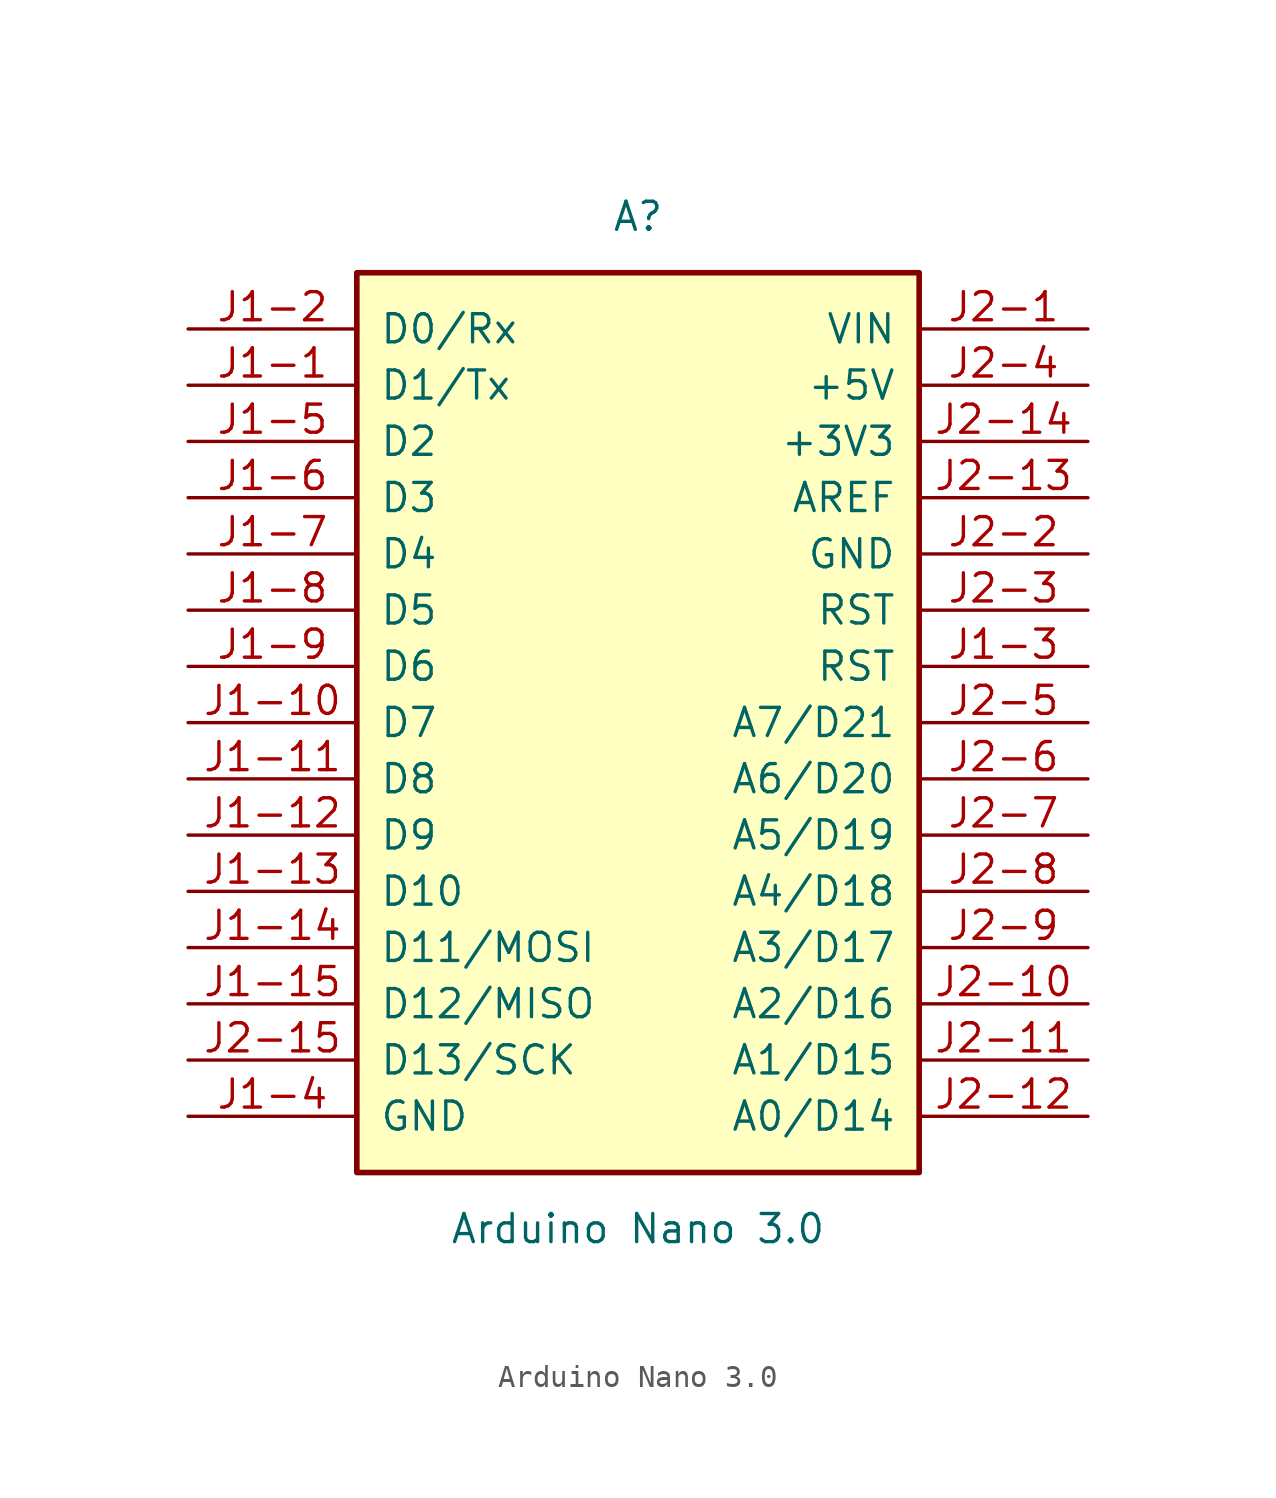
<source format=kicad_sym>
(kicad_symbol_lib
  (version 20241209)
  (generator "kicad_symbol_editor")
  (generator_version "9.0")
  (symbol "Arduino Nano 3.0"
    (pin_names
      (offset 1.016))
    (property "Reference" "A"
      (at 0 22.86 0)
      (effects (font (size 1.27 1.27))))
    (property "Value" "Arduino Nano 3.0"
      (at 0 -22.86 0)
      (effects (font (size 1.27 1.27))))
    (symbol "Arduino Nano 3.0_0_0"
      (pin passive line (at -20.32 17.78 0) (length 7.62) (name "D0/Rx" (effects (font (size 1.27 1.27)))) (number "J1-2" (effects (font (size 1.27 1.27)))))
      (pin passive line (at -20.32 15.24 0) (length 7.62) (name "D1/Tx" (effects (font (size 1.27 1.27)))) (number "J1-1" (effects (font (size 1.27 1.27)))))
      (pin passive line (at -20.32 12.7 0) (length 7.62) (name "D2" (effects (font (size 1.27 1.27)))) (number "J1-5" (effects (font (size 1.27 1.27)))))
      (pin passive line (at -20.32 10.16 0) (length 7.62) (name "D3" (effects (font (size 1.27 1.27)))) (number "J1-6" (effects (font (size 1.27 1.27)))))
      (pin passive line (at -20.32 7.62 0) (length 7.62) (name "D4" (effects (font (size 1.27 1.27)))) (number "J1-7" (effects (font (size 1.27 1.27)))))
      (pin passive line (at -20.32 5.08 0) (length 7.62) (name "D5" (effects (font (size 1.27 1.27)))) (number "J1-8" (effects (font (size 1.27 1.27)))))
      (pin passive line (at -20.32 2.54 0) (length 7.62) (name "D6" (effects (font (size 1.27 1.27)))) (number "J1-9" (effects (font (size 1.27 1.27)))))
      (pin passive line (at -20.32 0 0) (length 7.62) (name "D7" (effects (font (size 1.27 1.27)))) (number "J1-10" (effects (font (size 1.27 1.27)))))
      (pin passive line (at -20.32 -2.54 0) (length 7.62) (name "D8" (effects (font (size 1.27 1.27)))) (number "J1-11" (effects (font (size 1.27 1.27)))))
      (pin passive line (at -20.32 -5.08 0) (length 7.62) (name "D9" (effects (font (size 1.27 1.27)))) (number "J1-12" (effects (font (size 1.27 1.27)))))
      (pin passive line (at -20.32 -7.62 0) (length 7.62) (name "D10" (effects (font (size 1.27 1.27)))) (number "J1-13" (effects (font (size 1.27 1.27)))))
      (pin passive line (at -20.32 -17.78 0) (length 7.62) (name "GND" (effects (font (size 1.27 1.27)))) (number "J1-4" (effects (font (size 1.27 1.27)))))
      (pin passive line (at 20.32 17.78 180) (length 7.62) (name "VIN" (effects (font (size 1.27 1.27)))) (number "J2-1" (effects (font (size 1.27 1.27)))))
      (pin passive line (at 20.32 15.24 180) (length 7.62) (name "+5V" (effects (font (size 1.27 1.27)))) (number "J2-4" (effects (font (size 1.27 1.27)))))
      (pin passive line (at 20.32 12.7 180) (length 7.62) (name "+3V3" (effects (font (size 1.27 1.27)))) (number "J2-14" (effects (font (size 1.27 1.27)))))
      (pin passive line (at 20.32 10.16 180) (length 7.62) (name "AREF" (effects (font (size 1.27 1.27)))) (number "J2-13" (effects (font (size 1.27 1.27)))))
      (pin passive line (at 20.32 7.62 180) (length 7.62) (name "GND" (effects (font (size 1.27 1.27)))) (number "J2-2" (effects (font (size 1.27 1.27)))))
      (pin passive line (at 20.32 5.08 180) (length 7.62) (name "RST" (effects (font (size 1.27 1.27)))) (number "J2-3" (effects (font (size 1.27 1.27)))))
      (pin passive line (at 20.32 2.54 180) (length 7.62) (name "RST" (effects (font (size 1.27 1.27)))) (number "J1-3" (effects (font (size 1.27 1.27)))))
      (pin passive line (at 20.32 0 180) (length 7.62) (name "A7/D21" (effects (font (size 1.27 1.27)))) (number "J2-5" (effects (font (size 1.27 1.27)))))
      (pin passive line (at 20.32 -2.54 180) (length 7.62) (name "A6/D20" (effects (font (size 1.27 1.27)))) (number "J2-6" (effects (font (size 1.27 1.27)))))
      (pin passive line (at 20.32 -5.08 180) (length 7.62) (name "A5/D19" (effects (font (size 1.27 1.27)))) (number "J2-7" (effects (font (size 1.27 1.27)))))
      (pin passive line (at 20.32 -7.62 180) (length 7.62) (name "A4/D18" (effects (font (size 1.27 1.27)))) (number "J2-8" (effects (font (size 1.27 1.27)))))
      (pin passive line (at 20.32 -10.16 180) (length 7.62) (name "A3/D17" (effects (font (size 1.27 1.27)))) (number "J2-9" (effects (font (size 1.27 1.27)))))
      (pin passive line (at 20.32 -12.7 180) (length 7.62) (name "A2/D16" (effects (font (size 1.27 1.27)))) (number "J2-10" (effects (font (size 1.27 1.27)))))
      (pin passive line (at 20.32 -15.24 180) (length 7.62) (name "A1/D15" (effects (font (size 1.27 1.27)))) (number "J2-11" (effects (font (size 1.27 1.27)))))
      (pin passive line (at 20.32 -17.78 180) (length 7.62) (name "A0/D14" (effects (font (size 1.27 1.27)))) (number "J2-12" (effects (font (size 1.27 1.27))))))
    (symbol "Arduino Nano 3.0_0_1"
      (rectangle (start -12.7 20.32) (end 12.7 -20.32) (stroke (width 0.254) (type default)) (fill (type background))))
    (symbol "Arduino Nano 3.0_1_0"
      (pin passive line (at -20.32 -10.16 0) (length 7.62) (name "D11/MOSI" (effects (font (size 1.27 1.27)))) (number "J1-14" (effects (font (size 1.27 1.27)))))
      (pin passive line (at -20.32 -12.7 0) (length 7.62) (name "D12/MISO" (effects (font (size 1.27 1.27)))) (number "J1-15" (effects (font (size 1.27 1.27)))))
      (pin passive line (at -20.32 -15.24 0) (length 7.62) (name "D13/SCK" (effects (font (size 1.27 1.27)))) (number "J2-15" (effects (font (size 1.27 1.27))))))))
</source>
